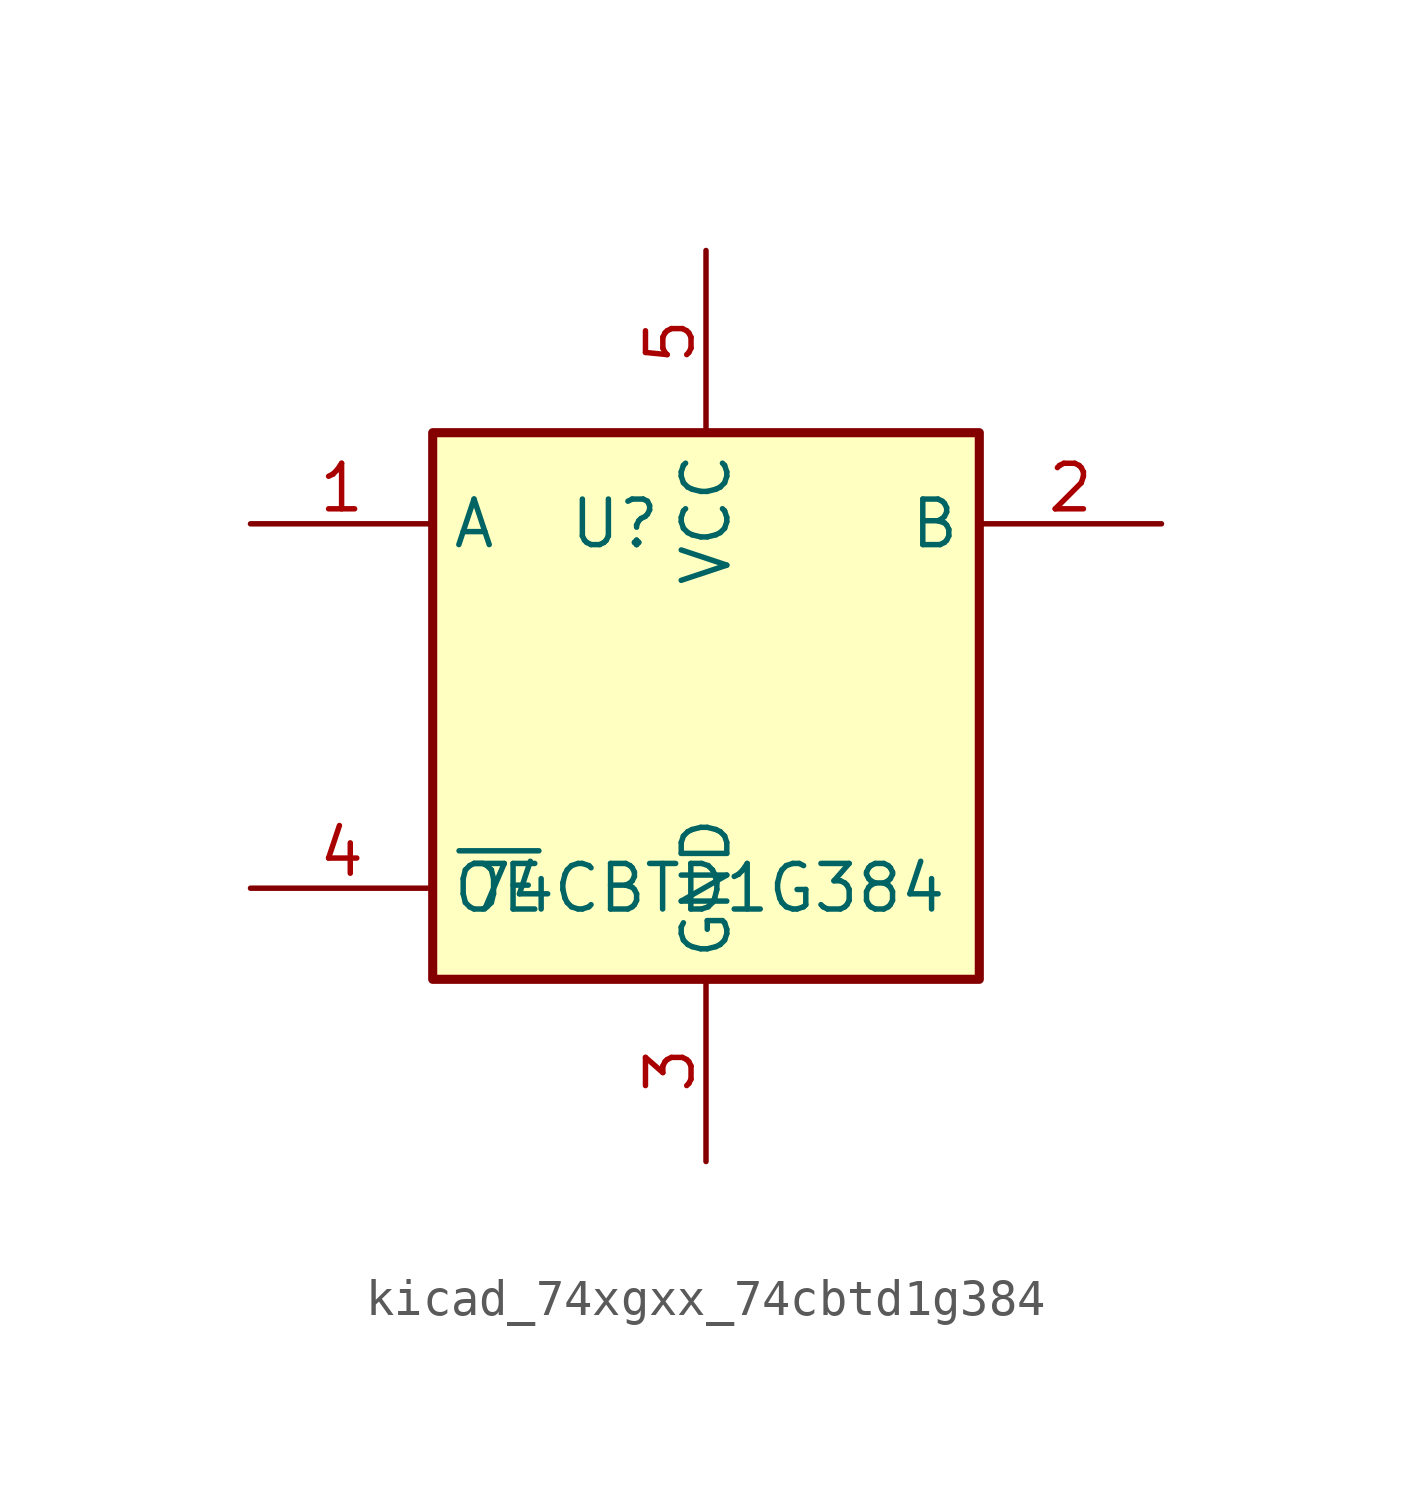
<source format=kicad_sym>
(kicad_symbol_lib
  (version 20220914)
  (generator kicad_symbol_editor)
  (symbol "kicad_74xgxx_74cbtd1g384"
    (property "Reference" "U"
      (at -2.54 5.08 0)
      (effects (font (size 1.27 1.27))))
    (property "Value" "74CBTD1G384"
      (at 0 -5.08 0)
      (effects (font (size 1.27 1.27))))
    (symbol "kicad_74xgxx_74cbtd1g384_0_1"
      (rectangle (start -7.62 7.62) (end 7.62 -7.62) (stroke (width 0.254) (type default)) (fill (type background))))
    (symbol "kicad_74xgxx_74cbtd1g384_1_1"
      (pin input line (at -12.7 5.08 0) (length 5.08) (name "A" (effects (font (size 1.27 1.27)))) (number "1" (effects (font (size 1.27 1.27)))))
      (pin tri_state line (at 12.7 5.08 180) (length 5.08) (name "B" (effects (font (size 1.27 1.27)))) (number "2" (effects (font (size 1.27 1.27)))))
      (pin power_in line (at 0 -12.7 90) (length 5.08) (name "GND" (effects (font (size 1.27 1.27)))) (number "3" (effects (font (size 1.27 1.27)))))
      (pin input line (at -12.7 -5.08 0) (length 5.08) (name "~{OE}" (effects (font (size 1.27 1.27)))) (number "4" (effects (font (size 1.27 1.27)))))
      (pin power_in line (at 0 12.7 270) (length 5.08) (name "VCC" (effects (font (size 1.27 1.27)))) (number "5" (effects (font (size 1.27 1.27))))))))
</source>
